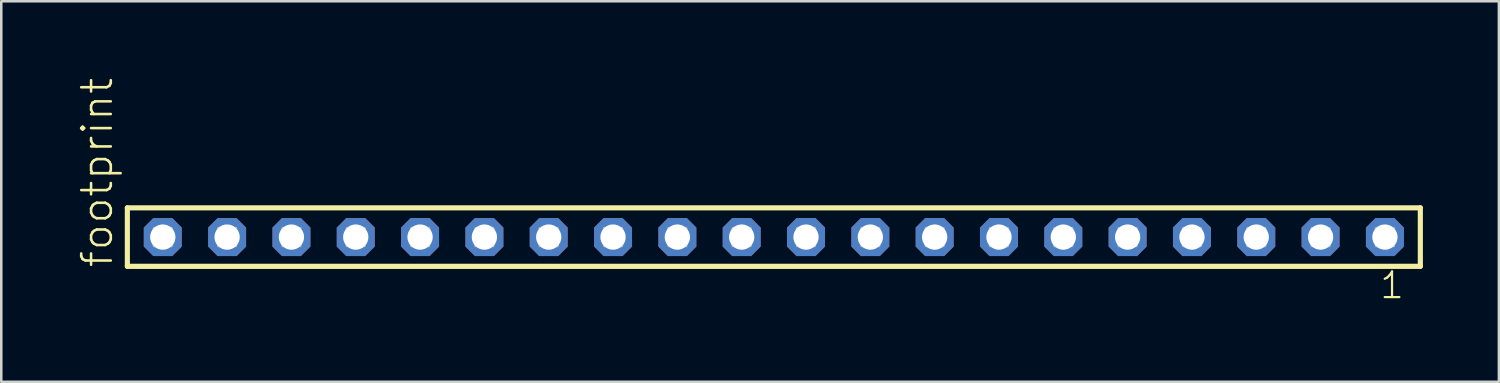
<source format=kicad_pcb>
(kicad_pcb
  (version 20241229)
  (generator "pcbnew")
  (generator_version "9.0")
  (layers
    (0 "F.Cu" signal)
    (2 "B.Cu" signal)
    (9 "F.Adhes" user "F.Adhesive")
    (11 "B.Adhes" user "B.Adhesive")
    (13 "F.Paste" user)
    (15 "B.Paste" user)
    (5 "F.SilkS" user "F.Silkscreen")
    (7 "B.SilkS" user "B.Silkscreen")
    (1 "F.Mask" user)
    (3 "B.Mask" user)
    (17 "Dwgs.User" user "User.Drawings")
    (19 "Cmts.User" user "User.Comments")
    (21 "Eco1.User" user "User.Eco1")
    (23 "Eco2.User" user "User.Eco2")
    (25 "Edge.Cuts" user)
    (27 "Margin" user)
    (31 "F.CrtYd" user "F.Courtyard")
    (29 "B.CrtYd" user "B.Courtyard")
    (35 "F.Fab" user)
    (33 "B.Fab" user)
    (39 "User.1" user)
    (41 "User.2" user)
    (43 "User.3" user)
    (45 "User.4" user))
  (footprint "footprint"
    (layer "F.Cu")
    (at 27.508 6.312)
    (property "Reference" "footprint" (at -26.035 1.27 90) (layer "F.SilkS") (effects (font (size 1.168 1.168) (thickness 0.102)) (justify left bottom)))
    (fp_line (start -25.529 -1.155) (end 25.529 -1.155) (stroke (width 0.203) (type solid)) (layer "F.SilkS"))
    (fp_line (start -25.529 1.155) (end -25.529 -1.155) (stroke (width 0.203) (type solid)) (layer "F.SilkS"))
    (fp_line (start 25.529 -1.155) (end 25.529 1.155) (stroke (width 0.203) (type solid)) (layer "F.SilkS"))
    (fp_line (start 25.529 1.155) (end -25.529 1.155) (stroke (width 0.203) (type solid)) (layer "F.SilkS"))
    (fp_poly (pts (xy -24.48 0.35) (xy -23.78 0.35) (xy -23.78 -0.35) (xy -24.48 -0.35)) (stroke (width 0.1) (type solid)) (fill no) (layer "F.Fab"))
    (fp_poly (pts (xy -21.94 0.35) (xy -21.24 0.35) (xy -21.24 -0.35) (xy -21.94 -0.35)) (stroke (width 0.1) (type solid)) (fill no) (layer "F.Fab"))
    (fp_poly (pts (xy -19.4 0.35) (xy -18.7 0.35) (xy -18.7 -0.35) (xy -19.4 -0.35)) (stroke (width 0.1) (type solid)) (fill no) (layer "F.Fab"))
    (fp_poly (pts (xy -16.86 0.35) (xy -16.16 0.35) (xy -16.16 -0.35) (xy -16.86 -0.35)) (stroke (width 0.1) (type solid)) (fill no) (layer "F.Fab"))
    (fp_poly (pts (xy -14.32 0.35) (xy -13.62 0.35) (xy -13.62 -0.35) (xy -14.32 -0.35)) (stroke (width 0.1) (type solid)) (fill no) (layer "F.Fab"))
    (fp_poly (pts (xy -11.78 0.35) (xy -11.08 0.35) (xy -11.08 -0.35) (xy -11.78 -0.35)) (stroke (width 0.1) (type solid)) (fill no) (layer "F.Fab"))
    (fp_poly (pts (xy -9.24 0.35) (xy -8.54 0.35) (xy -8.54 -0.35) (xy -9.24 -0.35)) (stroke (width 0.1) (type solid)) (fill no) (layer "F.Fab"))
    (fp_poly (pts (xy -6.7 0.35) (xy -6 0.35) (xy -6 -0.35) (xy -6.7 -0.35)) (stroke (width 0.1) (type solid)) (fill no) (layer "F.Fab"))
    (fp_poly (pts (xy -4.16 0.35) (xy -3.46 0.35) (xy -3.46 -0.35) (xy -4.16 -0.35)) (stroke (width 0.1) (type solid)) (fill no) (layer "F.Fab"))
    (fp_poly (pts (xy -1.62 0.35) (xy -0.92 0.35) (xy -0.92 -0.35) (xy -1.62 -0.35)) (stroke (width 0.1) (type solid)) (fill no) (layer "F.Fab"))
    (fp_poly (pts (xy 0.92 0.35) (xy 1.62 0.35) (xy 1.62 -0.35) (xy 0.92 -0.35)) (stroke (width 0.1) (type solid)) (fill no) (layer "F.Fab"))
    (fp_poly (pts (xy 3.46 0.35) (xy 4.16 0.35) (xy 4.16 -0.35) (xy 3.46 -0.35)) (stroke (width 0.1) (type solid)) (fill no) (layer "F.Fab"))
    (fp_poly (pts (xy 6 0.35) (xy 6.7 0.35) (xy 6.7 -0.35) (xy 6 -0.35)) (stroke (width 0.1) (type solid)) (fill no) (layer "F.Fab"))
    (fp_poly (pts (xy 8.54 0.35) (xy 9.24 0.35) (xy 9.24 -0.35) (xy 8.54 -0.35)) (stroke (width 0.1) (type solid)) (fill no) (layer "F.Fab"))
    (fp_poly (pts (xy 11.08 0.35) (xy 11.78 0.35) (xy 11.78 -0.35) (xy 11.08 -0.35)) (stroke (width 0.1) (type solid)) (fill no) (layer "F.Fab"))
    (fp_poly (pts (xy 13.62 0.35) (xy 14.32 0.35) (xy 14.32 -0.35) (xy 13.62 -0.35)) (stroke (width 0.1) (type solid)) (fill no) (layer "F.Fab"))
    (fp_poly (pts (xy 16.16 0.35) (xy 16.86 0.35) (xy 16.86 -0.35) (xy 16.16 -0.35)) (stroke (width 0.1) (type solid)) (fill no) (layer "F.Fab"))
    (fp_poly (pts (xy 18.7 0.35) (xy 19.4 0.35) (xy 19.4 -0.35) (xy 18.7 -0.35)) (stroke (width 0.1) (type solid)) (fill no) (layer "F.Fab"))
    (fp_poly (pts (xy 21.24 0.35) (xy 21.94 0.35) (xy 21.94 -0.35) (xy 21.24 -0.35)) (stroke (width 0.1) (type solid)) (fill no) (layer "F.Fab"))
    (fp_poly (pts (xy 23.78 0.35) (xy 24.48 0.35) (xy 24.48 -0.35) (xy 23.78 -0.35)) (stroke (width 0.1) (type solid)) (fill no) (layer "F.Fab"))
    (fp_text user "1" (at 23.872 2.498 0) (layer "F.SilkS") (effects (font (size 1.012 1.012) (thickness 0.088)) (justify left bottom)))
    (pad "1" thru_hole roundrect (at 24.13 0 180) (size 1.5 1.5) (drill 1) (layers "*.Cu" "*.Mask") (roundrect_rratio 0.25) (chamfer_ratio 0.25) (chamfer top_left top_right bottom_left bottom_right))
    (pad "2" thru_hole roundrect (at 21.59 0 180) (size 1.5 1.5) (drill 1) (layers "*.Cu" "*.Mask") (roundrect_rratio 0.25) (chamfer_ratio 0.25) (chamfer top_left top_right bottom_left bottom_right))
    (pad "3" thru_hole roundrect (at 19.05 0 180) (size 1.5 1.5) (drill 1) (layers "*.Cu" "*.Mask") (roundrect_rratio 0.25) (chamfer_ratio 0.25) (chamfer top_left top_right bottom_left bottom_right))
    (pad "4" thru_hole roundrect (at 16.51 0 180) (size 1.5 1.5) (drill 1) (layers "*.Cu" "*.Mask") (roundrect_rratio 0.25) (chamfer_ratio 0.25) (chamfer top_left top_right bottom_left bottom_right))
    (pad "5" thru_hole roundrect (at 13.97 0 180) (size 1.5 1.5) (drill 1) (layers "*.Cu" "*.Mask") (roundrect_rratio 0.25) (chamfer_ratio 0.25) (chamfer top_left top_right bottom_left bottom_right))
    (pad "6" thru_hole roundrect (at 11.43 0 180) (size 1.5 1.5) (drill 1) (layers "*.Cu" "*.Mask") (roundrect_rratio 0.25) (chamfer_ratio 0.25) (chamfer top_left top_right bottom_left bottom_right))
    (pad "7" thru_hole roundrect (at 8.89 0 180) (size 1.5 1.5) (drill 1) (layers "*.Cu" "*.Mask") (roundrect_rratio 0.25) (chamfer_ratio 0.25) (chamfer top_left top_right bottom_left bottom_right))
    (pad "8" thru_hole roundrect (at 6.35 0 180) (size 1.5 1.5) (drill 1) (layers "*.Cu" "*.Mask") (roundrect_rratio 0.25) (chamfer_ratio 0.25) (chamfer top_left top_right bottom_left bottom_right))
    (pad "9" thru_hole roundrect (at 3.81 0 180) (size 1.5 1.5) (drill 1) (layers "*.Cu" "*.Mask") (roundrect_rratio 0.25) (chamfer_ratio 0.25) (chamfer top_left top_right bottom_left bottom_right))
    (pad "10" thru_hole roundrect (at 1.27 0 180) (size 1.5 1.5) (drill 1) (layers "*.Cu" "*.Mask") (roundrect_rratio 0.25) (chamfer_ratio 0.25) (chamfer top_left top_right bottom_left bottom_right))
    (pad "11" thru_hole roundrect (at -1.27 0 180) (size 1.5 1.5) (drill 1) (layers "*.Cu" "*.Mask") (roundrect_rratio 0.25) (chamfer_ratio 0.25) (chamfer top_left top_right bottom_left bottom_right))
    (pad "12" thru_hole roundrect (at -3.81 0 180) (size 1.5 1.5) (drill 1) (layers "*.Cu" "*.Mask") (roundrect_rratio 0.25) (chamfer_ratio 0.25) (chamfer top_left top_right bottom_left bottom_right))
    (pad "13" thru_hole roundrect (at -6.35 0 180) (size 1.5 1.5) (drill 1) (layers "*.Cu" "*.Mask") (roundrect_rratio 0.25) (chamfer_ratio 0.25) (chamfer top_left top_right bottom_left bottom_right))
    (pad "14" thru_hole roundrect (at -8.89 0 180) (size 1.5 1.5) (drill 1) (layers "*.Cu" "*.Mask") (roundrect_rratio 0.25) (chamfer_ratio 0.25) (chamfer top_left top_right bottom_left bottom_right))
    (pad "15" thru_hole roundrect (at -11.43 0 180) (size 1.5 1.5) (drill 1) (layers "*.Cu" "*.Mask") (roundrect_rratio 0.25) (chamfer_ratio 0.25) (chamfer top_left top_right bottom_left bottom_right))
    (pad "16" thru_hole roundrect (at -13.97 0 180) (size 1.5 1.5) (drill 1) (layers "*.Cu" "*.Mask") (roundrect_rratio 0.25) (chamfer_ratio 0.25) (chamfer top_left top_right bottom_left bottom_right))
    (pad "17" thru_hole roundrect (at -16.51 0 180) (size 1.5 1.5) (drill 1) (layers "*.Cu" "*.Mask") (roundrect_rratio 0.25) (chamfer_ratio 0.25) (chamfer top_left top_right bottom_left bottom_right))
    (pad "18" thru_hole roundrect (at -19.05 0 180) (size 1.5 1.5) (drill 1) (layers "*.Cu" "*.Mask") (roundrect_rratio 0.25) (chamfer_ratio 0.25) (chamfer top_left top_right bottom_left bottom_right))
    (pad "19" thru_hole roundrect (at -21.59 0 180) (size 1.5 1.5) (drill 1) (layers "*.Cu" "*.Mask") (roundrect_rratio 0.25) (chamfer_ratio 0.25) (chamfer top_left top_right bottom_left bottom_right))
    (pad "20" thru_hole roundrect (at -24.13 0 180) (size 1.5 1.5) (drill 1) (layers "*.Cu" "*.Mask") (roundrect_rratio 0.25) (chamfer_ratio 0.25) (chamfer top_left top_right bottom_left bottom_right)))
  (gr_rect
    (start -3 -3)
    (end 56.139 12.027)
    (stroke (width 0.1) (type default))
    (fill no)
    (layer "Edge.Cuts")))
</source>
